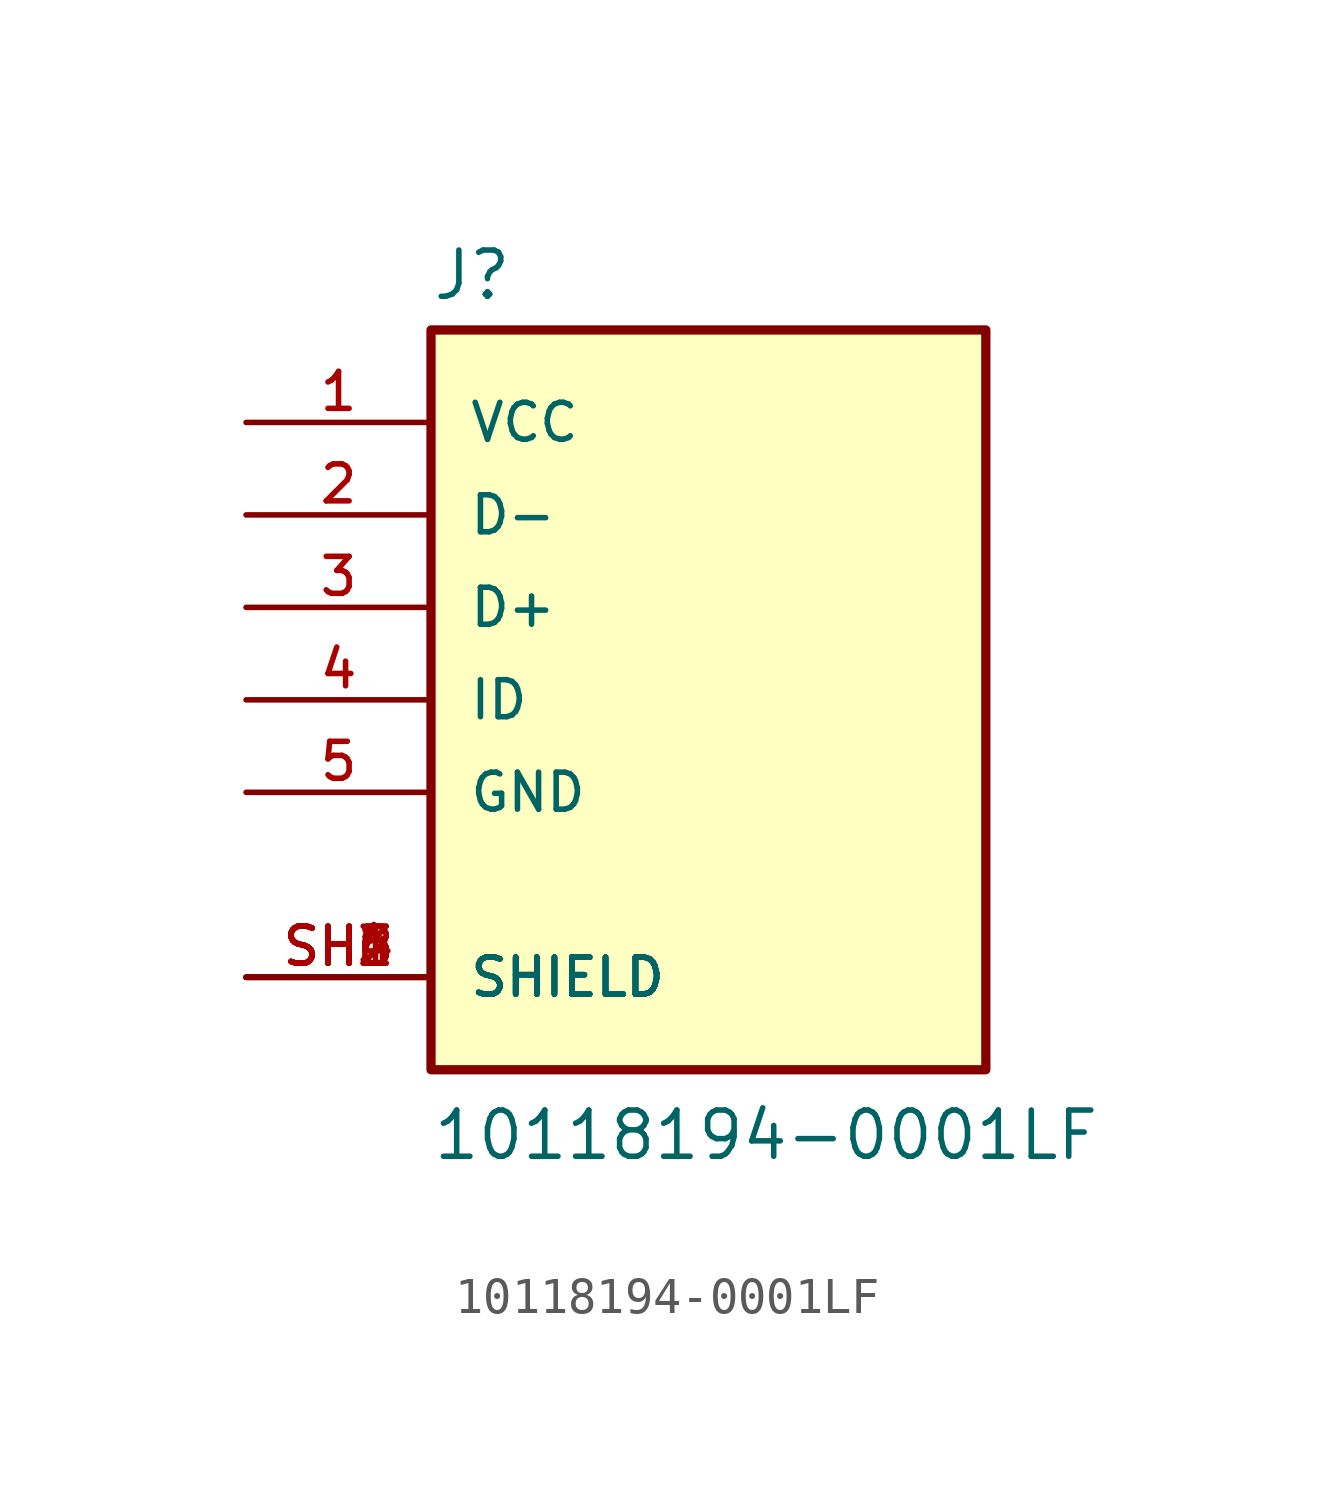
<source format=kicad_sym>
(kicad_symbol_lib
  (version 20211014)
  (generator kicad_symbol_editor)
  (symbol "10118194-0001LF"
    (pin_names
      (offset 1.016))
    (property "Reference" "J"
      (at -7.62 10.922 0)
      (effects (font (size 1.27 1.27)) (justify bottom left)))
    (property "Value" "10118194-0001LF"
      (at -7.62 -12.7 0)
      (effects (font (size 1.27 1.27)) (justify bottom left)))
    (symbol "10118194-0001LF_0_0"
      (rectangle (start -7.62 -10.16) (end 7.62 10.16) (stroke (width 0.254)) (fill (type background)))
      (pin power_in line (at -12.7 7.62 0) (length 5.08) (name "VCC" (effects (font (size 1.016 1.016)))) (number "1" (effects (font (size 1.016 1.016)))))
      (pin bidirectional line (at -12.7 5.08 0) (length 5.08) (name "D-" (effects (font (size 1.016 1.016)))) (number "2" (effects (font (size 1.016 1.016)))))
      (pin bidirectional line (at -12.7 2.54 0) (length 5.08) (name "D+" (effects (font (size 1.016 1.016)))) (number "3" (effects (font (size 1.016 1.016)))))
      (pin bidirectional line (at -12.7 0.0 0) (length 5.08) (name "ID" (effects (font (size 1.016 1.016)))) (number "4" (effects (font (size 1.016 1.016)))))
      (pin power_in line (at -12.7 -2.54 0) (length 5.08) (name "GND" (effects (font (size 1.016 1.016)))) (number "5" (effects (font (size 1.016 1.016)))))
      (pin passive line (at -12.7 -7.62 0) (length 5.08) (name "SHIELD" (effects (font (size 1.016 1.016)))) (number "SH1" (effects (font (size 1.016 1.016)))))
      (pin passive line (at -12.7 -7.62 0) (length 5.08) (name "SHIELD" (effects (font (size 1.016 1.016)))) (number "SH2" (effects (font (size 1.016 1.016)))))
      (pin passive line (at -12.7 -7.62 0) (length 5.08) (name "SHIELD" (effects (font (size 1.016 1.016)))) (number "SH3" (effects (font (size 1.016 1.016)))))
      (pin passive line (at -12.7 -7.62 0) (length 5.08) (name "SHIELD" (effects (font (size 1.016 1.016)))) (number "SH4" (effects (font (size 1.016 1.016)))))
      (pin passive line (at -12.7 -7.62 0) (length 5.08) (name "SHIELD" (effects (font (size 1.016 1.016)))) (number "SH5" (effects (font (size 1.016 1.016)))))
      (pin passive line (at -12.7 -7.62 0) (length 5.08) (name "SHIELD" (effects (font (size 1.016 1.016)))) (number "SH6" (effects (font (size 1.016 1.016))))))))
</source>
